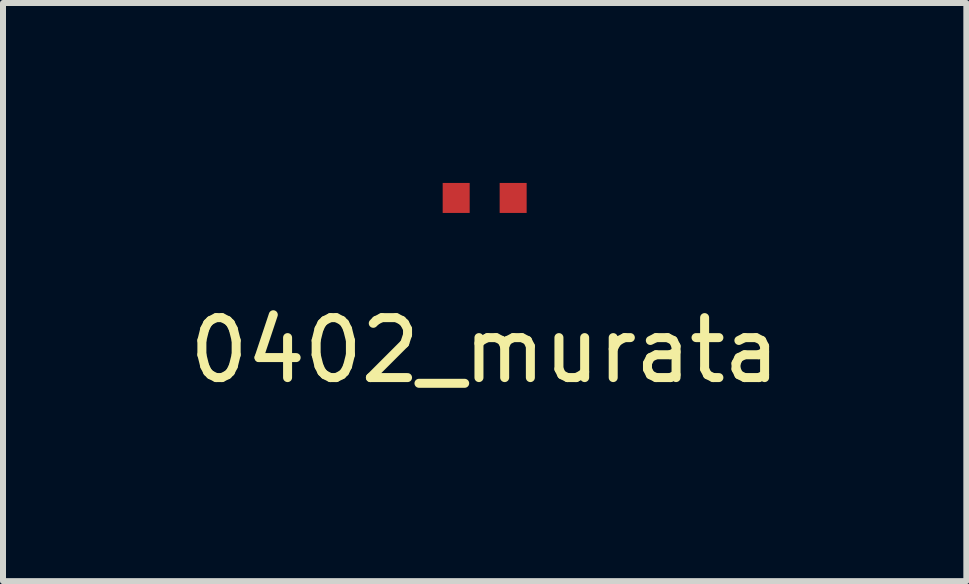
<source format=kicad_pcb>
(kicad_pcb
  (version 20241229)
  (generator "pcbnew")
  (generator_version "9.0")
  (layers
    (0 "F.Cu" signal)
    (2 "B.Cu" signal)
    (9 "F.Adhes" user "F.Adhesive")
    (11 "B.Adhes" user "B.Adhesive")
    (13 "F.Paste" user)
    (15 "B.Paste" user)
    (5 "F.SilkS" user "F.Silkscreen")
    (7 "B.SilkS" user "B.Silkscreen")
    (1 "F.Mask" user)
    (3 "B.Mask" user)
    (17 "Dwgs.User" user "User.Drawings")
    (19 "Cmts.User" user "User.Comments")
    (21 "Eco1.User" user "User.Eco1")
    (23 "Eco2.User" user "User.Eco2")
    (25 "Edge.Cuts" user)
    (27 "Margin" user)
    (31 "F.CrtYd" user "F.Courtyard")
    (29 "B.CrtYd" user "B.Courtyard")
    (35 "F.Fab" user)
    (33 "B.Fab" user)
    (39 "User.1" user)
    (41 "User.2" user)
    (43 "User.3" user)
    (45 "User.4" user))
  (footprint "0402_murata"
    (layer "F.Cu")
    (at 5.03 0.25)
    (property "Reference" "0402_murata" (at 0 2.54 0) (layer "F.SilkS") (effects (font (size 1 1) (thickness 0.15))))
    (attr through_hole)
    (pad "1" smd rect (at -0.475 0) (size 0.45 0.5) (layers "F.Cu" "F.Mask" "F.Paste"))
    (pad "2" smd rect (at 0.475 0) (size 0.45 0.5) (layers "F.Cu" "F.Mask" "F.Paste")))
  (gr_rect
    (start -3 -3)
    (end 13.06 6.638)
    (stroke (width 0.1) (type default))
    (fill no)
    (layer "Edge.Cuts")))
</source>
